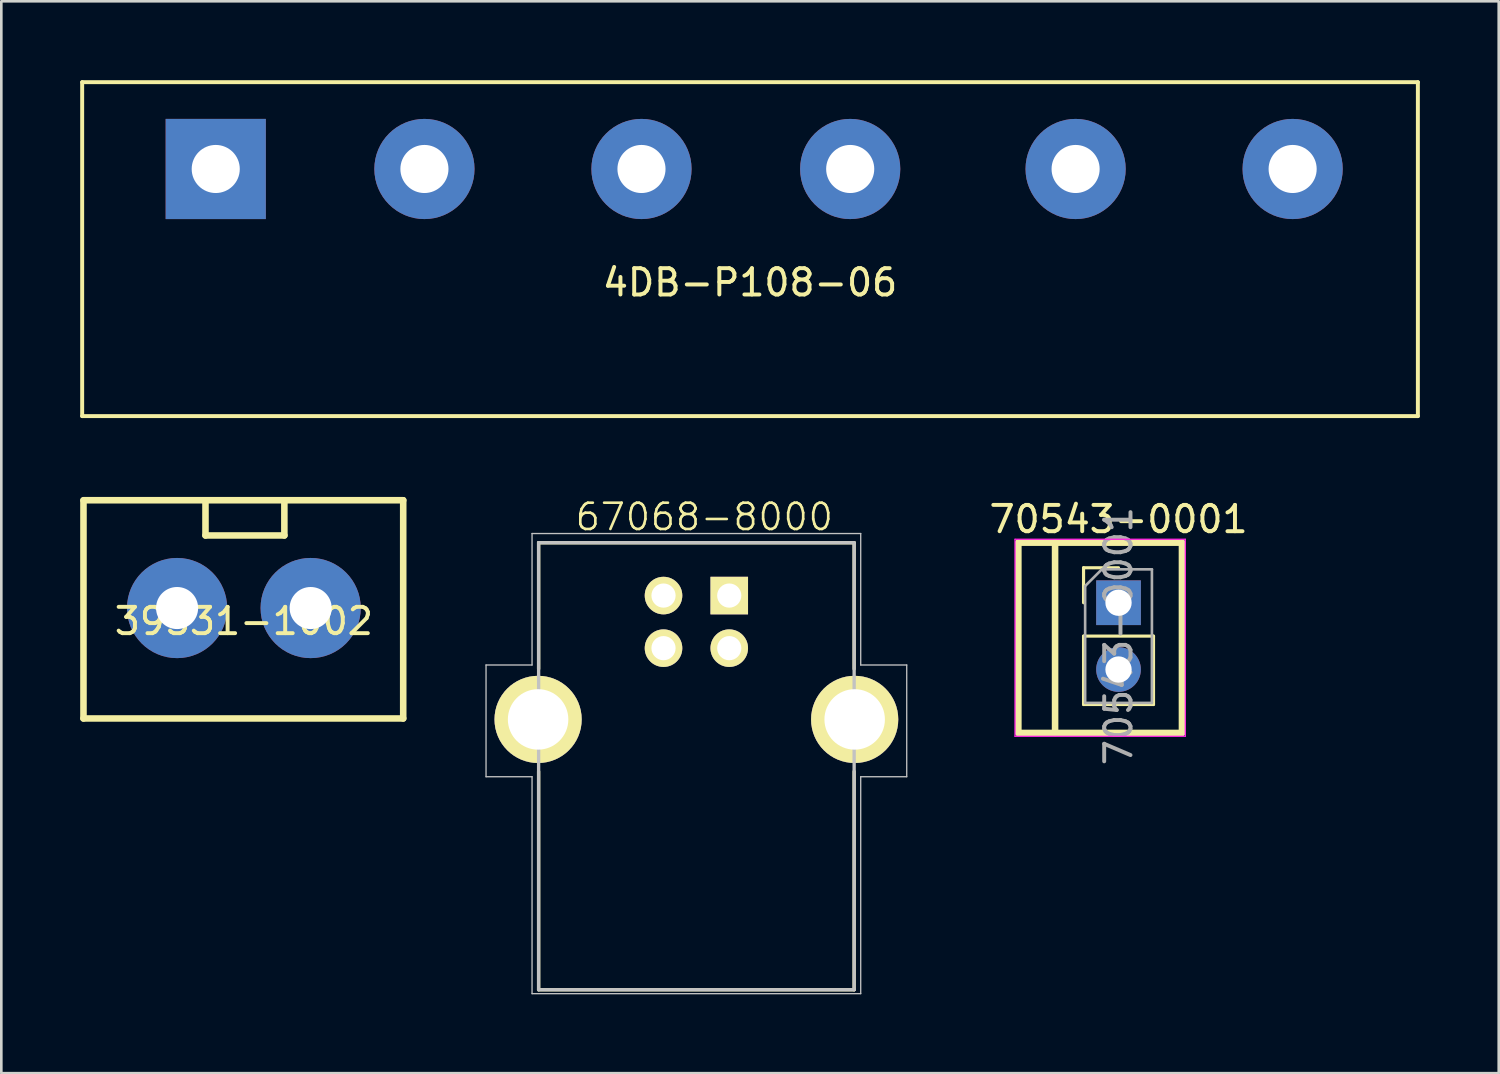
<source format=kicad_pcb>
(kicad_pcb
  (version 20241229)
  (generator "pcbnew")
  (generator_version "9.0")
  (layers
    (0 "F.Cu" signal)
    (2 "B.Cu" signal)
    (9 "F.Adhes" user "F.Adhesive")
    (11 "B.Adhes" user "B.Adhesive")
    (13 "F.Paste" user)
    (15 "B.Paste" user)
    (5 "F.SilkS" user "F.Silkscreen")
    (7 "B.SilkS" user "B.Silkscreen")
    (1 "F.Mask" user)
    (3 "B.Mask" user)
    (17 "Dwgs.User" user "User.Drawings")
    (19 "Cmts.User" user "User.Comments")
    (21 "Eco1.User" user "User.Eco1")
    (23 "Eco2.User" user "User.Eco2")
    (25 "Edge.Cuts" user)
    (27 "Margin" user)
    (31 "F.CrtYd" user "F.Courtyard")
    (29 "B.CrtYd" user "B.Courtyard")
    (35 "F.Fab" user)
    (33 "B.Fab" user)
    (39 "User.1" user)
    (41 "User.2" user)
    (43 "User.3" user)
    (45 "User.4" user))
  (footprint "70543-0001"
    (layer "F.Cu")
    (at 39.49 19.873)
    (property "Reference" "70543-0001" (at 0 -3.175 0) (layer "F.SilkS") (effects (font (size 1 1) (thickness 0.15))))
    (attr through_hole)
    (fp_line (start -3.81 -2.286) (end -3.81 4.953) (stroke (width 0.25) (type solid)) (layer "F.SilkS"))
    (fp_line (start -3.81 4.953) (end -2.413 4.953) (stroke (width 0.25) (type solid)) (layer "F.SilkS"))
    (fp_line (start -2.413 -2.286) (end -3.81 -2.286) (stroke (width 0.25) (type solid)) (layer "F.SilkS"))
    (fp_line (start -2.413 -2.286) (end 2.413 -2.286) (stroke (width 0.25) (type solid)) (layer "F.SilkS"))
    (fp_line (start -2.413 4.953) (end -2.413 -2.286) (stroke (width 0.25) (type solid)) (layer "F.SilkS"))
    (fp_line (start -1.33 -1.33) (end 0 -1.33) (stroke (width 0.12) (type solid)) (layer "F.SilkS"))
    (fp_line (start -1.33 0) (end -1.33 -1.33) (stroke (width 0.12) (type solid)) (layer "F.SilkS"))
    (fp_line (start -1.33 1.27) (end -1.33 3.87) (stroke (width 0.12) (type solid)) (layer "F.SilkS"))
    (fp_line (start -1.33 1.27) (end 1.33 1.27) (stroke (width 0.12) (type solid)) (layer "F.SilkS"))
    (fp_line (start -1.33 3.87) (end 1.33 3.87) (stroke (width 0.12) (type solid)) (layer "F.SilkS"))
    (fp_line (start 1.33 1.27) (end 1.33 3.87) (stroke (width 0.12) (type solid)) (layer "F.SilkS"))
    (fp_line (start 2.413 -2.286) (end 2.413 4.953) (stroke (width 0.25) (type solid)) (layer "F.SilkS"))
    (fp_line (start 2.413 4.953) (end -2.413 4.953) (stroke (width 0.25) (type solid)) (layer "F.SilkS"))
    (fp_line (start -3.937 -2.413) (end -3.937 5.08) (stroke (width 0.05) (type solid)) (layer "F.CrtYd"))
    (fp_line (start -3.937 5.08) (end 2.54 5.08) (stroke (width 0.05) (type solid)) (layer "F.CrtYd"))
    (fp_line (start 2.54 -2.413) (end -3.937 -2.413) (stroke (width 0.05) (type solid)) (layer "F.CrtYd"))
    (fp_line (start 2.54 5.08) (end 2.54 -2.413) (stroke (width 0.05) (type solid)) (layer "F.CrtYd"))
    (fp_line (start -1.27 -0.635) (end -0.635 -1.27) (stroke (width 0.1) (type solid)) (layer "F.Fab"))
    (fp_line (start -1.27 3.81) (end -1.27 -0.635) (stroke (width 0.1) (type solid)) (layer "F.Fab"))
    (fp_line (start -0.635 -1.27) (end 1.27 -1.27) (stroke (width 0.1) (type solid)) (layer "F.Fab"))
    (fp_line (start 1.27 -1.27) (end 1.27 3.81) (stroke (width 0.1) (type solid)) (layer "F.Fab"))
    (fp_line (start 1.27 3.81) (end -1.27 3.81) (stroke (width 0.1) (type solid)) (layer "F.Fab"))
    (fp_text user "${REFERENCE}" (at 0 1.27 90) (layer "F.Fab") (effects (font (size 1 1) (thickness 0.15))))
    (pad "1" thru_hole rect (at 0 0) (size 1.7 1.7) (drill 1) (layers "*.Cu" "*.Mask"))
    (pad "2" thru_hole oval (at 0 2.54) (size 1.7 1.7) (drill 1) (layers "*.Cu" "*.Mask")))
  (footprint "67068-8000"
    (layer "F.Cu")
    (at 23.435 24.311)
    (property "Reference" "67068-8000" (at 0.3 -7.7 0) (layer "F.SilkS") (effects (font (size 1 1) (thickness 0.1))))
    (attr through_hole)
    (fp_line (start -6 -6.72) (end -6 -1.92) (stroke (width 0.127) (type solid)) (layer "F.SilkS"))
    (fp_line (start -6 10.28) (end -6 1.98) (stroke (width 0.127) (type solid)) (layer "F.SilkS"))
    (fp_line (start -6 10.28) (end 6 10.28) (stroke (width 0.127) (type solid)) (layer "F.SilkS"))
    (fp_line (start 6 -6.72) (end -6 -6.72) (stroke (width 0.127) (type solid)) (layer "F.SilkS"))
    (fp_line (start 6 -6.72) (end 6 -1.92) (stroke (width 0.127) (type solid)) (layer "F.SilkS"))
    (fp_line (start 6 10.28) (end 6 1.98) (stroke (width 0.127) (type solid)) (layer "F.SilkS"))
    (fp_line (start -8 -2.07) (end -6.25 -2.07) (stroke (width 0.05) (type solid)) (layer "Dwgs.User"))
    (fp_line (start -8 2.18) (end -8 -2.07) (stroke (width 0.05) (type solid)) (layer "Dwgs.User"))
    (fp_line (start -6.25 -7.07) (end 6.25 -7.07) (stroke (width 0.05) (type solid)) (layer "Dwgs.User"))
    (fp_line (start -6.25 -2.07) (end -6.25 -7.07) (stroke (width 0.05) (type solid)) (layer "Dwgs.User"))
    (fp_line (start -6.25 2.18) (end -8 2.18) (stroke (width 0.05) (type solid)) (layer "Dwgs.User"))
    (fp_line (start -6.25 10.43) (end -6.25 2.18) (stroke (width 0.05) (type solid)) (layer "Dwgs.User"))
    (fp_line (start -6 -6.72) (end -6 10.28) (stroke (width 0.127) (type solid)) (layer "Dwgs.User"))
    (fp_line (start -6 10.28) (end 6 10.28) (stroke (width 0.127) (type solid)) (layer "Dwgs.User"))
    (fp_line (start 6 -6.72) (end -6 -6.72) (stroke (width 0.127) (type solid)) (layer "Dwgs.User"))
    (fp_line (start 6 10.28) (end 6 -6.72) (stroke (width 0.127) (type solid)) (layer "Dwgs.User"))
    (fp_line (start 6.25 -7.07) (end 6.25 -2.07) (stroke (width 0.05) (type solid)) (layer "Dwgs.User"))
    (fp_line (start 6.25 -2.07) (end 8 -2.07) (stroke (width 0.05) (type solid)) (layer "Dwgs.User"))
    (fp_line (start 6.25 2.18) (end 6.25 10.43) (stroke (width 0.05) (type solid)) (layer "Dwgs.User"))
    (fp_line (start 6.25 10.43) (end -6.25 10.43) (stroke (width 0.05) (type solid)) (layer "Dwgs.User"))
    (fp_line (start 8 -2.07) (end 8 2.18) (stroke (width 0.05) (type solid)) (layer "Dwgs.User"))
    (fp_line (start 8 2.18) (end 6.25 2.18) (stroke (width 0.05) (type solid)) (layer "Dwgs.User"))
    (fp_circle (center 1.25 -4.71) (end 1.35 -4.71) (stroke (width 0.2) (type solid)) (fill no) (layer "Dwgs.User"))
    (pad "1" thru_hole rect (at 1.25 -4.71) (size 1.428 1.428) (drill 0.92) (layers "*.Cu" "*.Mask" "F.SilkS"))
    (pad "2" thru_hole circle (at -1.25 -4.71) (size 1.428 1.428) (drill 0.92) (layers "*.Cu" "*.Mask" "F.SilkS"))
    (pad "3" thru_hole circle (at -1.25 -2.71) (size 1.428 1.428) (drill 0.92) (layers "*.Cu" "*.Mask" "F.SilkS"))
    (pad "4" thru_hole circle (at 1.25 -2.71) (size 1.428 1.428) (drill 0.92) (layers "*.Cu" "*.Mask" "F.SilkS"))
    (pad "5" thru_hole circle (at -6.02 0) (size 3.316 3.316) (drill 2.3) (layers "*.Cu" "*.Mask" "F.SilkS"))
    (pad "6" thru_hole circle (at 6.02 0) (size 3.316 3.316) (drill 2.3) (layers "*.Cu" "*.Mask" "F.SilkS")))
  (footprint "39531-1002"
    (layer "F.Cu")
    (at 6.225 20.075)
    (property "Reference" "39531-1002" (at 0 0.5 0) (layer "F.SilkS") (effects (font (size 1 1) (thickness 0.15))))
    (attr through_hole)
    (fp_line (start -6.1 -4.1) (end 6.06 -4.1) (stroke (width 0.25) (type solid)) (layer "F.SilkS"))
    (fp_line (start -6.1 4.2) (end -6.1 -4.09) (stroke (width 0.25) (type solid)) (layer "F.SilkS"))
    (fp_line (start -1.46 -4.06) (end -1.46 -2.76) (stroke (width 0.25) (type solid)) (layer "F.SilkS"))
    (fp_line (start -1.46 -2.76) (end 1.54 -2.76) (stroke (width 0.25) (type solid)) (layer "F.SilkS"))
    (fp_line (start 1.54 -2.76) (end 1.54 -4.06) (stroke (width 0.25) (type solid)) (layer "F.SilkS"))
    (fp_line (start 6.06 -4.1) (end 6.06 4.2) (stroke (width 0.25) (type solid)) (layer "F.SilkS"))
    (fp_line (start 6.06 4.2) (end -6.1 4.2) (stroke (width 0.25) (type solid)) (layer "F.SilkS"))
    (pad "1" thru_hole circle (at -2.54 0 90) (size 3.81 3.81) (drill 1.6) (layers "*.Cu" "*.Mask"))
    (pad "2" thru_hole circle (at 2.54 0) (size 3.81 3.81) (drill 1.6) (layers "*.Cu" "*.Mask")))
  (footprint "4DB-P108-06"
    (layer "F.Cu")
    (at 25.475 6.425)
    (property "Reference" "4DB-P108-06" (at 0 1.27 0) (layer "F.SilkS") (effects (font (size 1 1) (thickness 0.15))))
    (attr through_hole)
    (fp_line (start -25.4 -6.35) (end 25.4 -6.35) (stroke (width 0.15) (type solid)) (layer "F.SilkS"))
    (fp_line (start -25.4 6.35) (end -25.4 -6.35) (stroke (width 0.15) (type solid)) (layer "F.SilkS"))
    (fp_line (start 25.4 -6.35) (end 25.4 6.35) (stroke (width 0.15) (type solid)) (layer "F.SilkS"))
    (fp_line (start 25.4 6.35) (end -25.4 6.35) (stroke (width 0.15) (type solid)) (layer "F.SilkS"))
    (pad "1" thru_hole rect (at -20.32 -3.048) (size 3.81 3.81) (drill 1.829) (layers "*.Cu" "*.Mask"))
    (pad "2" thru_hole circle (at -12.383 -3.048) (size 3.81 3.81) (drill 1.829) (layers "*.Cu" "*.Mask"))
    (pad "3" thru_hole circle (at -4.128 -3.048) (size 3.81 3.81) (drill 1.829) (layers "*.Cu" "*.Mask"))
    (pad "4" thru_hole circle (at 3.81 -3.048) (size 3.81 3.81) (drill 1.829) (layers "*.Cu" "*.Mask"))
    (pad "5" thru_hole circle (at 12.383 -3.048) (size 3.81 3.81) (drill 1.829) (layers "*.Cu" "*.Mask"))
    (pad "6" thru_hole circle (at 20.637 -3.048) (size 3.81 3.81) (drill 1.829) (layers "*.Cu" "*.Mask")))
  (gr_rect
    (start -3 -3)
    (end 53.95 37.766)
    (stroke (width 0.1) (type default))
    (fill no)
    (layer "Edge.Cuts")))
</source>
